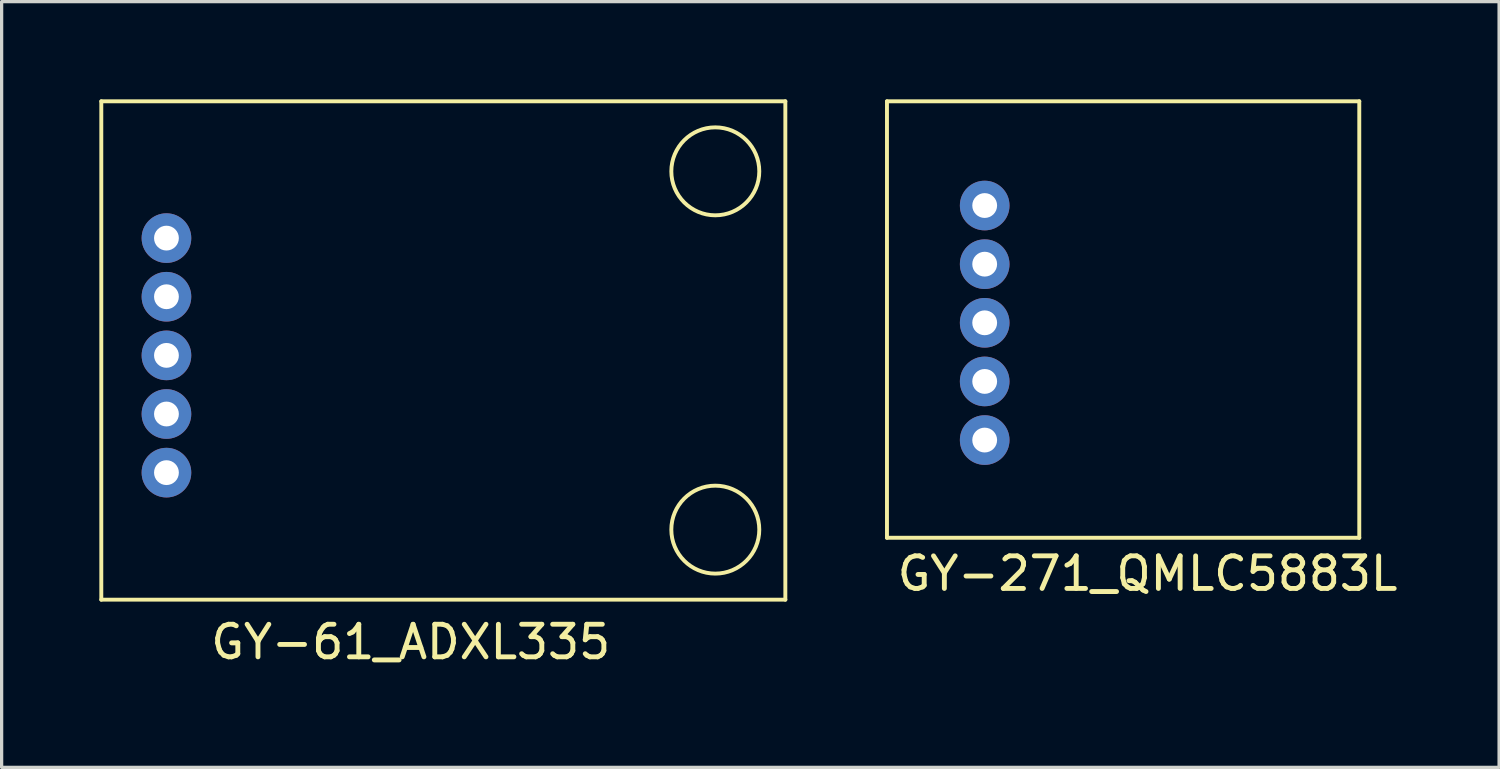
<source format=kicad_pcb>
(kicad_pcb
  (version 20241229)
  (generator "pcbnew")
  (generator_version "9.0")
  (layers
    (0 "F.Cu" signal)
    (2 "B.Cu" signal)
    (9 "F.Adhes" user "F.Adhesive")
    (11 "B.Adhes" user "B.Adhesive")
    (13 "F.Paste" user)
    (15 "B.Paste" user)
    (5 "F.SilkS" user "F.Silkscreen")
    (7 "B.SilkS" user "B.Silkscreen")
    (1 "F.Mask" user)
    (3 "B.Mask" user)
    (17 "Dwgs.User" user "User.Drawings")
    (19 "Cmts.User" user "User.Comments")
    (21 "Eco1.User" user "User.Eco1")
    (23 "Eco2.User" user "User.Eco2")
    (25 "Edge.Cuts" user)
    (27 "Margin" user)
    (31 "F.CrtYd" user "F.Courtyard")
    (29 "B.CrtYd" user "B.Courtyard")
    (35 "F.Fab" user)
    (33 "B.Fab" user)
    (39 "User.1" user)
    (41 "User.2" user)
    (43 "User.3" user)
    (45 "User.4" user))
  (footprint "GY-271_QMLC5883L"
    (layer "F.Cu")
    (at 32.08 6.06)
    (property "Reference" "GY-271_QMLC5883L" (at 0.1 8.5 0) (layer "F.SilkS") (effects (font (size 1 1) (thickness 0.15))))
    (attr through_hole)
    (fp_line (start -7.9 -6) (end 6.6 -6) (stroke (width 0.12) (type solid)) (layer "F.SilkS"))
    (fp_line (start -7.9 7.4) (end -7.9 -6) (stroke (width 0.12) (type solid)) (layer "F.SilkS"))
    (fp_line (start 6.6 -6) (end 6.6 7.4) (stroke (width 0.12) (type solid)) (layer "F.SilkS"))
    (fp_line (start 6.6 7.4) (end -7.9 7.4) (stroke (width 0.12) (type solid)) (layer "F.SilkS"))
    (pad "1" thru_hole circle (at -4.9 4.4) (size 1.524 1.524) (drill 0.762) (layers "*.Cu" "*.Mask"))
    (pad "2" thru_hole circle (at -4.9 2.6) (size 1.524 1.524) (drill 0.762) (layers "*.Cu" "*.Mask"))
    (pad "3" thru_hole circle (at -4.9 0.8) (size 1.524 1.524) (drill 0.762) (layers "*.Cu" "*.Mask"))
    (pad "4" thru_hole circle (at -4.9 -1) (size 1.524 1.524) (drill 0.762) (layers "*.Cu" "*.Mask"))
    (pad "5" thru_hole circle (at -4.9 -2.8) (size 1.524 1.524) (drill 0.762) (layers "*.Cu" "*.Mask")))
  (footprint "GY-61_ADXL335"
    (layer "F.Cu")
    (at 9.36 8.36)
    (property "Reference" "GY-61_ADXL335" (at 0.2 8.3 0) (layer "F.SilkS") (effects (font (size 1 1) (thickness 0.15))))
    (attr through_hole)
    (fp_line (start -9.3 -8.3) (end 11.7 -8.3) (stroke (width 0.12) (type solid)) (layer "F.SilkS"))
    (fp_line (start -9.3 7) (end -9.3 -8.3) (stroke (width 0.12) (type solid)) (layer "F.SilkS"))
    (fp_line (start 11.7 -8.3) (end 11.7 7) (stroke (width 0.12) (type solid)) (layer "F.SilkS"))
    (fp_line (start 11.7 7) (end -9.3 7) (stroke (width 0.12) (type solid)) (layer "F.SilkS"))
    (fp_circle (center 9.55 -6.15) (end 10.9 -6.15) (stroke (width 0.12) (type solid)) (fill no) (layer "F.SilkS"))
    (fp_circle (center 9.55 4.85) (end 10.9 4.85) (stroke (width 0.12) (type solid)) (fill no) (layer "F.SilkS"))
    (pad "1" thru_hole circle (at -7.3 3.1) (size 1.524 1.524) (drill 0.762) (layers "*.Cu" "*.Mask"))
    (pad "2" thru_hole circle (at -7.3 1.3) (size 1.524 1.524) (drill 0.762) (layers "*.Cu" "*.Mask"))
    (pad "3" thru_hole circle (at -7.3 -0.5) (size 1.524 1.524) (drill 0.762) (layers "*.Cu" "*.Mask"))
    (pad "4" thru_hole circle (at -7.3 -2.3) (size 1.524 1.524) (drill 0.762) (layers "*.Cu" "*.Mask"))
    (pad "5" thru_hole circle (at -7.3 -4.1) (size 1.524 1.524) (drill 0.762) (layers "*.Cu" "*.Mask")))
  (gr_rect
    (start -3 -3)
    (end 42.972 20.508)
    (stroke (width 0.1) (type default))
    (fill no)
    (layer "Edge.Cuts")))
</source>
